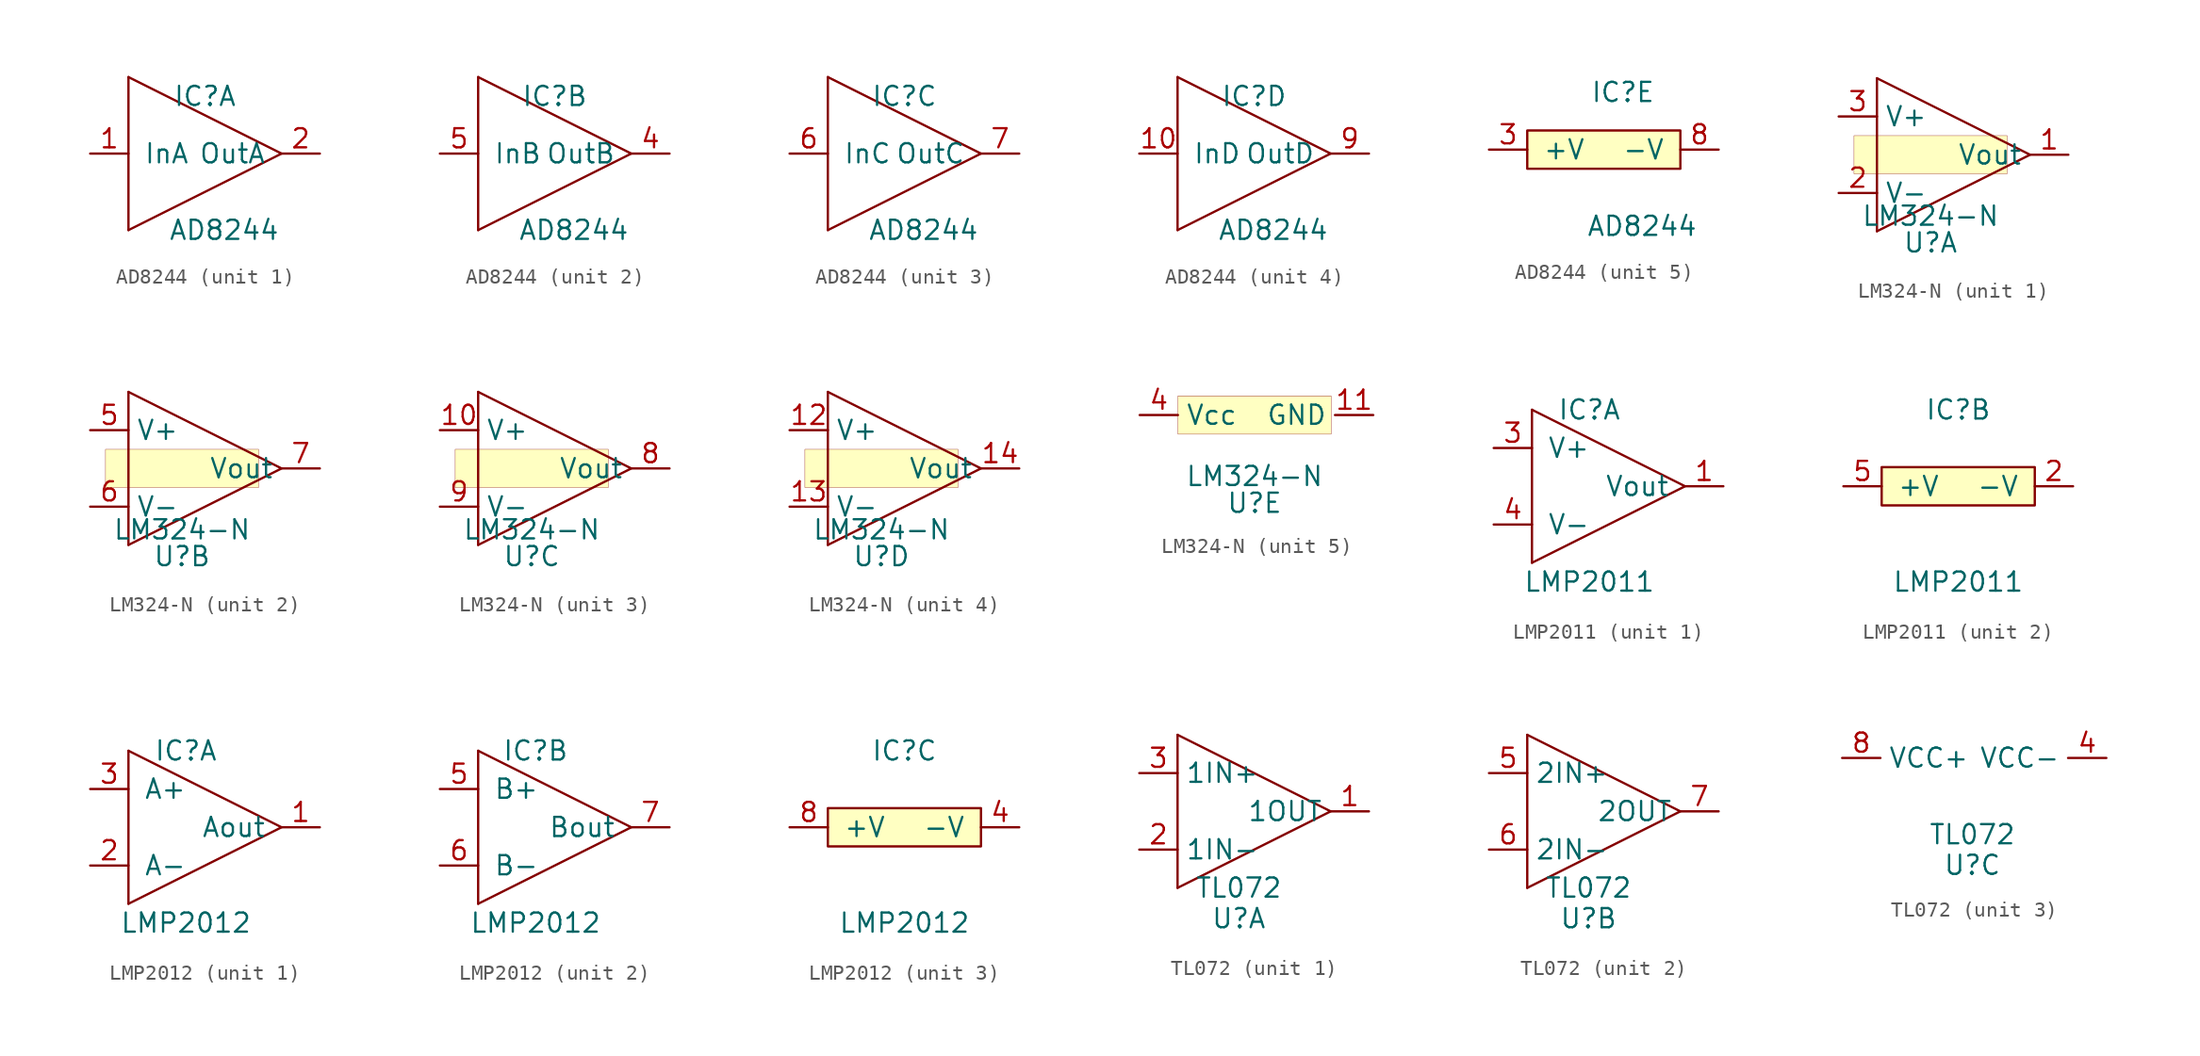
<source format=kicad_sym>
(kicad_symbol_lib
  (version 20201005)
  (generator kicad_symbol_editor)
  (symbol "dodo-analog:AD8244"
    (pin_names
      (offset 1.016))
    (property "Reference" "IC"
      (at 1.27 3.81 0)
      (effects (font (size 1.27 1.27))))
    (property "Value" "AD8244"
      (at 2.54 -5.08 0)
      (effects (font (size 1.27 1.27))))
    (symbol "AD8244_1_1"
      (polyline (pts (xy -3.81 5.08) (xy -3.81 -5.08)) (stroke (width 0)) (fill (type none)))
      (polyline (pts (xy -3.81 -5.08) (xy 6.35 0) (xy -3.81 5.08)) (stroke (width 0)) (fill (type none)))
      (pin input line (at -6.35 0 0) (length 2.54) (name "InA" (effects (font (size 1.27 1.27)))) (number "1" (effects (font (size 1.27 1.27)))))
      (pin output line (at 8.89 0 180) (length 2.54) (name "OutA" (effects (font (size 1.27 1.27)))) (number "2" (effects (font (size 1.27 1.27))))))
    (symbol "AD8244_2_1"
      (polyline (pts (xy -3.81 5.08) (xy -3.81 -5.08)) (stroke (width 0)) (fill (type none)))
      (polyline (pts (xy -3.81 -5.08) (xy 6.35 0) (xy -3.81 5.08)) (stroke (width 0)) (fill (type none)))
      (pin output line (at 8.89 0 180) (length 2.54) (name "OutB" (effects (font (size 1.27 1.27)))) (number "4" (effects (font (size 1.27 1.27)))))
      (pin input line (at -6.35 0 0) (length 2.54) (name "InB" (effects (font (size 1.27 1.27)))) (number "5" (effects (font (size 1.27 1.27))))))
    (symbol "AD8244_3_1"
      (polyline (pts (xy -3.81 5.08) (xy -3.81 -5.08)) (stroke (width 0)) (fill (type none)))
      (polyline (pts (xy -3.81 -5.08) (xy 6.35 0) (xy -3.81 5.08)) (stroke (width 0)) (fill (type none)))
      (pin input line (at -6.35 0 0) (length 2.54) (name "InC" (effects (font (size 1.27 1.27)))) (number "6" (effects (font (size 1.27 1.27)))))
      (pin output line (at 8.89 0 180) (length 2.54) (name "OutC" (effects (font (size 1.27 1.27)))) (number "7" (effects (font (size 1.27 1.27))))))
    (symbol "AD8244_4_1"
      (polyline (pts (xy -3.81 5.08) (xy -3.81 -5.08)) (stroke (width 0)) (fill (type none)))
      (polyline (pts (xy -3.81 -5.08) (xy 6.35 0) (xy -3.81 5.08)) (stroke (width 0)) (fill (type none)))
      (pin input line (at -6.35 0 0) (length 2.54) (name "InD" (effects (font (size 1.27 1.27)))) (number "10" (effects (font (size 1.27 1.27)))))
      (pin output line (at 8.89 0 180) (length 2.54) (name "OutD" (effects (font (size 1.27 1.27)))) (number "9" (effects (font (size 1.27 1.27))))))
    (symbol "AD8244_5_1"
      (rectangle (start -5.08 1.27) (end 5.08 -1.27) (stroke (width 0)) (fill (type background)))
      (pin power_in line (at -7.62 0 0) (length 2.54) (name "+V" (effects (font (size 1.27 1.27)))) (number "3" (effects (font (size 1.27 1.27)))))
      (pin power_in line (at 7.62 0 180) (length 2.54) (name "-V" (effects (font (size 1.27 1.27)))) (number "8" (effects (font (size 1.27 1.27)))))))
  (symbol "dodo-analog:LM324-N"
    (property "Reference" "U"
      (at 0 -5.842 0)
      (effects (font (size 1.27 1.27))))
    (property "Value" "LM324-N"
      (at 0 -4.064 0)
      (effects (font (size 1.27 1.27))))
    (symbol "LM324-N_0_1"
      (rectangle (start -5.08 1.27) (end 5.08 -1.27) (stroke (width 0.001)) (fill (type background))))
    (symbol "LM324-N_1_1"
      (polyline (pts (xy -3.556 5.08) (xy -3.556 -5.08)) (stroke (width 0)) (fill (type none)))
      (polyline (pts (xy -3.556 -5.08) (xy 6.604 0) (xy -3.556 5.08)) (stroke (width 0)) (fill (type none)))
      (pin output line (at 9.144 0 180) (length 2.54) (name "Vout" (effects (font (size 1.27 1.27)))) (number "1" (effects (font (size 1.27 1.27)))))
      (pin input line (at -6.096 2.54 0) (length 2.54) (name "V+" (effects (font (size 1.27 1.27)))) (number "3" (effects (font (size 1.27 1.27)))))
      (pin input line (at -6.096 -2.54 0) (length 2.54) (name "V-" (effects (font (size 1.27 1.27)))) (number "2" (effects (font (size 1.27 1.27))))))
    (symbol "LM324-N_2_1"
      (polyline (pts (xy -3.556 5.08) (xy -3.556 -5.08)) (stroke (width 0)) (fill (type none)))
      (polyline (pts (xy -3.556 -5.08) (xy 6.604 0) (xy -3.556 5.08)) (stroke (width 0)) (fill (type none)))
      (pin output line (at 9.144 0 180) (length 2.54) (name "Vout" (effects (font (size 1.27 1.27)))) (number "7" (effects (font (size 1.27 1.27)))))
      (pin input line (at -6.096 2.54 0) (length 2.54) (name "V+" (effects (font (size 1.27 1.27)))) (number "5" (effects (font (size 1.27 1.27)))))
      (pin input line (at -6.096 -2.54 0) (length 2.54) (name "V-" (effects (font (size 1.27 1.27)))) (number "6" (effects (font (size 1.27 1.27))))))
    (symbol "LM324-N_3_1"
      (polyline (pts (xy -3.556 5.08) (xy -3.556 -5.08)) (stroke (width 0)) (fill (type none)))
      (polyline (pts (xy -3.556 -5.08) (xy 6.604 0) (xy -3.556 5.08)) (stroke (width 0)) (fill (type none)))
      (pin output line (at 9.144 0 180) (length 2.54) (name "Vout" (effects (font (size 1.27 1.27)))) (number "8" (effects (font (size 1.27 1.27)))))
      (pin input line (at -6.096 2.54 0) (length 2.54) (name "V+" (effects (font (size 1.27 1.27)))) (number "10" (effects (font (size 1.27 1.27)))))
      (pin input line (at -6.096 -2.54 0) (length 2.54) (name "V-" (effects (font (size 1.27 1.27)))) (number "9" (effects (font (size 1.27 1.27))))))
    (symbol "LM324-N_4_1"
      (polyline (pts (xy -3.556 5.08) (xy -3.556 -5.08)) (stroke (width 0)) (fill (type none)))
      (polyline (pts (xy -3.556 -5.08) (xy 6.604 0) (xy -3.556 5.08)) (stroke (width 0)) (fill (type none)))
      (pin output line (at 9.144 0 180) (length 2.54) (name "Vout" (effects (font (size 1.27 1.27)))) (number "14" (effects (font (size 1.27 1.27)))))
      (pin input line (at -6.096 2.54 0) (length 2.54) (name "V+" (effects (font (size 1.27 1.27)))) (number "12" (effects (font (size 1.27 1.27)))))
      (pin input line (at -6.096 -2.54 0) (length 2.54) (name "V-" (effects (font (size 1.27 1.27)))) (number "13" (effects (font (size 1.27 1.27))))))
    (symbol "LM324-N_5_1"
      (pin power_in line (at -7.62 0 0) (length 2.54) (name "Vcc" (effects (font (size 1.27 1.27)))) (number "4" (effects (font (size 1.27 1.27)))))
      (pin power_out line (at 7.874 0 180) (length 2.54) (name "GND" (effects (font (size 1.27 1.27)))) (number "11" (effects (font (size 1.27 1.27)))))))
  (symbol "dodo-analog:LMP2011"
    (pin_names
      (offset 1.016))
    (property "Reference" "IC"
      (at 0 5.08 0)
      (effects (font (size 1.27 1.27))))
    (property "Value" "LMP2011"
      (at 0 -6.35 0)
      (effects (font (size 1.27 1.27))))
    (symbol "LMP2011_1_1"
      (polyline (pts (xy -3.81 5.08) (xy -3.81 -5.08)) (stroke (width 0)) (fill (type none)))
      (polyline (pts (xy -3.81 -5.08) (xy 6.35 0) (xy -3.81 5.08)) (stroke (width 0)) (fill (type none)))
      (pin output line (at 8.89 0 180) (length 2.54) (name "Vout" (effects (font (size 1.27 1.27)))) (number "1" (effects (font (size 1.27 1.27)))))
      (pin input line (at -6.35 2.54 0) (length 2.54) (name "V+" (effects (font (size 1.27 1.27)))) (number "3" (effects (font (size 1.27 1.27)))))
      (pin input line (at -6.35 -2.54 0) (length 2.54) (name "V-" (effects (font (size 1.27 1.27)))) (number "4" (effects (font (size 1.27 1.27))))))
    (symbol "LMP2011_2_1"
      (rectangle (start -5.08 1.27) (end 5.08 -1.27) (stroke (width 0)) (fill (type background)))
      (pin power_in line (at 7.62 0 180) (length 2.54) (name "-V" (effects (font (size 1.27 1.27)))) (number "2" (effects (font (size 1.27 1.27)))))
      (pin power_in line (at -7.62 0 0) (length 2.54) (name "+V" (effects (font (size 1.27 1.27)))) (number "5" (effects (font (size 1.27 1.27)))))))
  (symbol "dodo-analog:LMP2012"
    (pin_names
      (offset 1.016))
    (property "Reference" "IC"
      (at 0 5.08 0)
      (effects (font (size 1.27 1.27))))
    (property "Value" "LMP2012"
      (at 0 -6.35 0)
      (effects (font (size 1.27 1.27))))
    (symbol "LMP2012_1_1"
      (polyline (pts (xy -3.81 5.08) (xy -3.81 -5.08)) (stroke (width 0)) (fill (type none)))
      (polyline (pts (xy -3.81 -5.08) (xy 6.35 0) (xy -3.81 5.08)) (stroke (width 0)) (fill (type none)))
      (pin output line (at 8.89 0 180) (length 2.54) (name "Aout" (effects (font (size 1.27 1.27)))) (number "1" (effects (font (size 1.27 1.27)))))
      (pin input line (at -6.35 -2.54 0) (length 2.54) (name "A-" (effects (font (size 1.27 1.27)))) (number "2" (effects (font (size 1.27 1.27)))))
      (pin input line (at -6.35 2.54 0) (length 2.54) (name "A+" (effects (font (size 1.27 1.27)))) (number "3" (effects (font (size 1.27 1.27))))))
    (symbol "LMP2012_2_1"
      (polyline (pts (xy -3.81 5.08) (xy -3.81 -5.08)) (stroke (width 0)) (fill (type none)))
      (polyline (pts (xy -3.81 -5.08) (xy 6.35 0) (xy -3.81 5.08)) (stroke (width 0)) (fill (type none)))
      (pin input line (at -6.35 2.54 0) (length 2.54) (name "B+" (effects (font (size 1.27 1.27)))) (number "5" (effects (font (size 1.27 1.27)))))
      (pin input line (at -6.35 -2.54 0) (length 2.54) (name "B-" (effects (font (size 1.27 1.27)))) (number "6" (effects (font (size 1.27 1.27)))))
      (pin output line (at 8.89 0 180) (length 2.54) (name "Bout" (effects (font (size 1.27 1.27)))) (number "7" (effects (font (size 1.27 1.27))))))
    (symbol "LMP2012_3_1"
      (rectangle (start -5.08 1.27) (end 5.08 -1.27) (stroke (width 0)) (fill (type background)))
      (pin power_in line (at 7.62 0 180) (length 2.54) (name "-V" (effects (font (size 1.27 1.27)))) (number "4" (effects (font (size 1.27 1.27)))))
      (pin power_in line (at -7.62 0 0) (length 2.54) (name "+V" (effects (font (size 1.27 1.27)))) (number "8" (effects (font (size 1.27 1.27)))))))
  (symbol "dodo-analog:TL072"
    (property "Reference" "U"
      (at 0 -7.112 0)
      (effects (font (size 1.27 1.27))))
    (property "Value" "TL072"
      (at 0 -5.08 0)
      (effects (font (size 1.27 1.27))))
    (symbol "TL072_1_1"
      (polyline (pts (xy -4.064 5.08) (xy -4.064 -5.08)) (stroke (width 0)) (fill (type none)))
      (polyline (pts (xy -4.064 -5.08) (xy 6.096 0) (xy -4.064 5.08)) (stroke (width 0)) (fill (type none)))
      (pin output line (at 8.636 0 180) (length 2.54) (name "1OUT" (effects (font (size 1.27 1.27)))) (number "1" (effects (font (size 1.27 1.27)))))
      (pin input line (at -6.604 -2.54 0) (length 2.54) (name "1IN-" (effects (font (size 1.27 1.27)))) (number "2" (effects (font (size 1.27 1.27)))))
      (pin input line (at -6.604 2.54 0) (length 2.54) (name "1IN+" (effects (font (size 1.27 1.27)))) (number "3" (effects (font (size 1.27 1.27))))))
    (symbol "TL072_2_1"
      (polyline (pts (xy -4.064 5.08) (xy -4.064 -5.08)) (stroke (width 0)) (fill (type none)))
      (polyline (pts (xy -4.064 -5.08) (xy 6.096 0) (xy -4.064 5.08)) (stroke (width 0)) (fill (type none)))
      (pin output line (at 8.636 0 180) (length 2.54) (name "2OUT" (effects (font (size 1.27 1.27)))) (number "7" (effects (font (size 1.27 1.27)))))
      (pin input line (at -6.604 -2.54 0) (length 2.54) (name "2IN-" (effects (font (size 1.27 1.27)))) (number "6" (effects (font (size 1.27 1.27)))))
      (pin input line (at -6.604 2.54 0) (length 2.54) (name "2IN+" (effects (font (size 1.27 1.27)))) (number "5" (effects (font (size 1.27 1.27))))))
    (symbol "TL072_3_1"
      (pin output line (at 8.89 0 180) (length 2.54) (name "VCC-" (effects (font (size 1.27 1.27)))) (number "4" (effects (font (size 1.27 1.27)))))
      (pin input line (at -8.636 0 0) (length 2.54) (name "VCC+" (effects (font (size 1.27 1.27)))) (number "8" (effects (font (size 1.27 1.27))))))))
</source>
